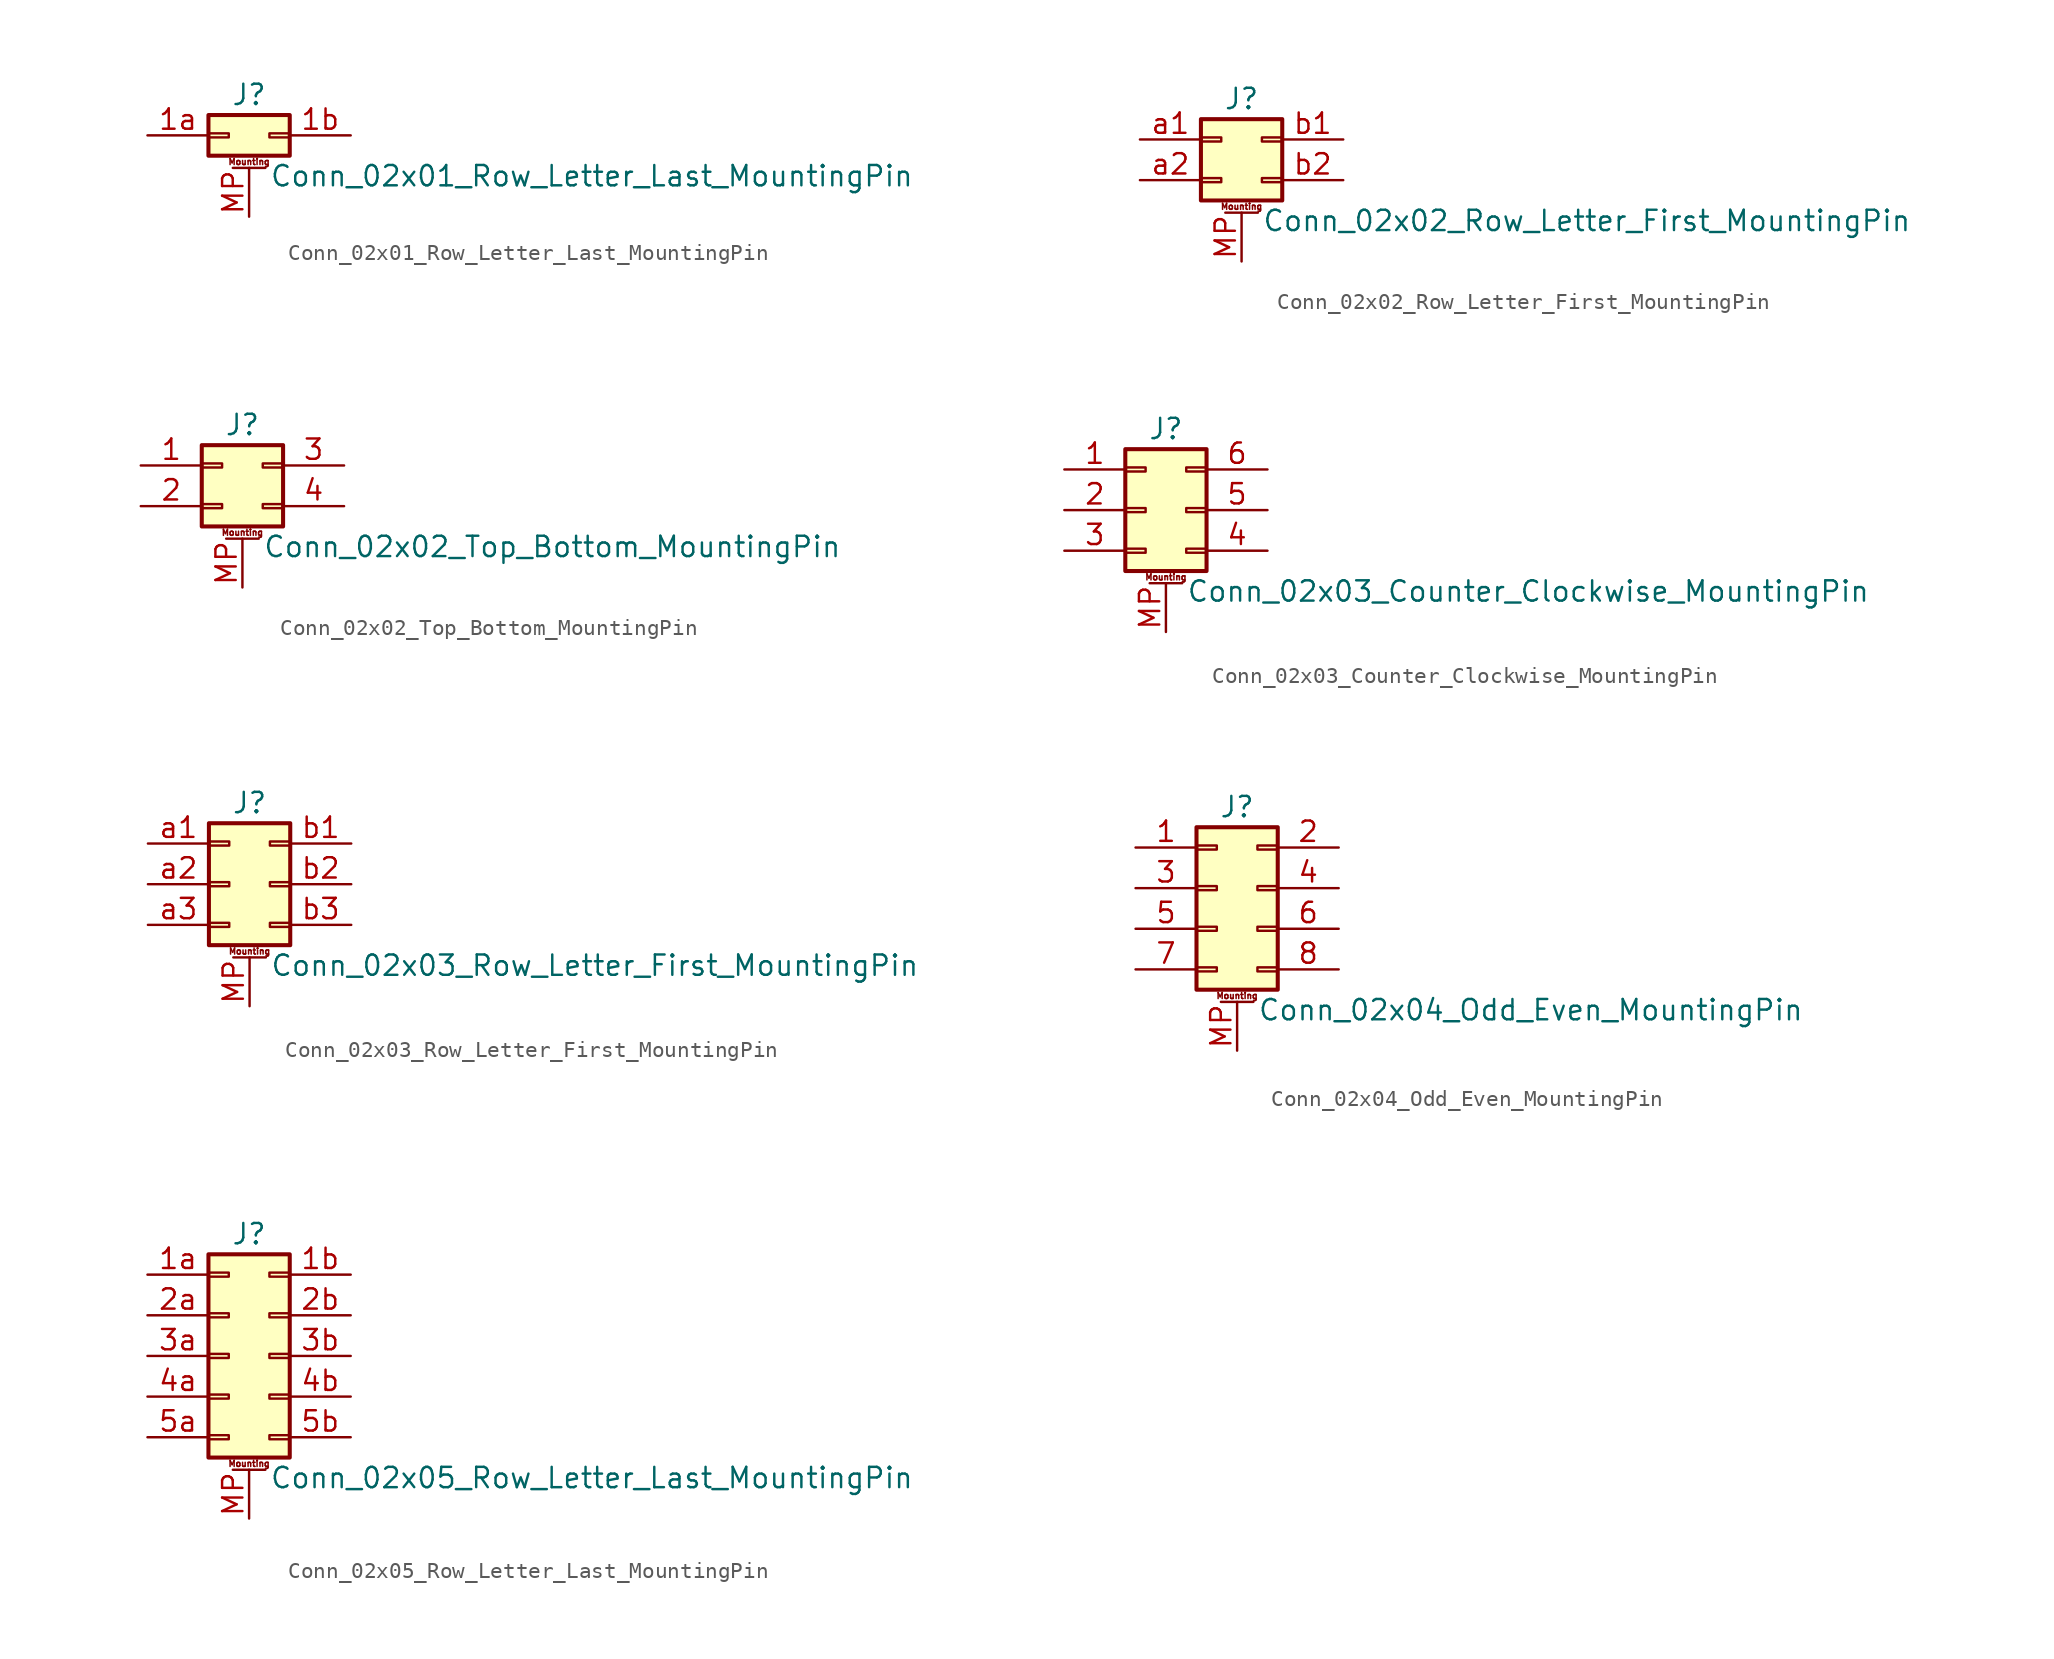
<source format=kicad_sym>
(kicad_symbol_lib
  (version 20211014)
  (generator kicad_symbol_editor)
  (symbol "Conn_02x01_Row_Letter_Last_MountingPin"
    (pin_names
      (offset 1.016) hide)
    (property "Reference" "J"
      (at 1.27 2.54 0)
      (effects (font (size 1.27 1.27))))
    (property "Value" "Conn_02x01_Row_Letter_Last_MountingPin"
      (at 2.54 -2.54 0)
      (effects (font (size 1.27 1.27)) (justify left)))
    (symbol "Conn_02x01_Row_Letter_Last_MountingPin_1_1"
      (rectangle (start -1.27 0.127) (end 0 -0.127) (stroke (width 0.152) (type default) (color 0 0 0 0)) (fill (type none)))
      (rectangle (start -1.27 1.27) (end 3.81 -1.27) (stroke (width 0.254) (type default) (color 0 0 0 0)) (fill (type background)))
      (polyline (pts (xy 0.254 -2.032) (xy 2.286 -2.032)) (stroke (width 0.152) (type default) (color 0 0 0 0)) (fill (type none)))
      (rectangle (start 3.81 0.127) (end 2.54 -0.127) (stroke (width 0.152) (type default) (color 0 0 0 0)) (fill (type none)))
      (text "Mounting" (at 1.27 -1.651 0) (effects (font (size 0.381 0.381))))
      (pin passive line (at -5.08 0 0) (length 3.81) (name "Pin_1a" (effects (font (size 1.27 1.27)))) (number "1a" (effects (font (size 1.27 1.27)))))
      (pin passive line (at 7.62 0 180) (length 3.81) (name "Pin_1b" (effects (font (size 1.27 1.27)))) (number "1b" (effects (font (size 1.27 1.27)))))
      (pin passive line (at 1.27 -5.08 90) (length 3.048) (name "MountPin" (effects (font (size 1.27 1.27)))) (number "MP" (effects (font (size 1.27 1.27)))))))
  (symbol "Conn_02x02_Row_Letter_First_MountingPin"
    (pin_names
      (offset 1.016) hide)
    (property "Reference" "J"
      (at 1.27 2.54 0)
      (effects (font (size 1.27 1.27))))
    (property "Value" "Conn_02x02_Row_Letter_First_MountingPin"
      (at 2.54 -5.08 0)
      (effects (font (size 1.27 1.27)) (justify left)))
    (symbol "Conn_02x02_Row_Letter_First_MountingPin_1_1"
      (rectangle (start -1.27 -2.413) (end 0 -2.667) (stroke (width 0.152) (type default) (color 0 0 0 0)) (fill (type none)))
      (rectangle (start -1.27 0.127) (end 0 -0.127) (stroke (width 0.152) (type default) (color 0 0 0 0)) (fill (type none)))
      (rectangle (start -1.27 1.27) (end 3.81 -3.81) (stroke (width 0.254) (type default) (color 0 0 0 0)) (fill (type background)))
      (polyline (pts (xy 0.254 -4.572) (xy 2.286 -4.572)) (stroke (width 0.152) (type default) (color 0 0 0 0)) (fill (type none)))
      (rectangle (start 3.81 -2.413) (end 2.54 -2.667) (stroke (width 0.152) (type default) (color 0 0 0 0)) (fill (type none)))
      (rectangle (start 3.81 0.127) (end 2.54 -0.127) (stroke (width 0.152) (type default) (color 0 0 0 0)) (fill (type none)))
      (text "Mounting" (at 1.27 -4.191 0) (effects (font (size 0.381 0.381))))
      (pin passive line (at 1.27 -7.62 90) (length 3.048) (name "MountPin" (effects (font (size 1.27 1.27)))) (number "MP" (effects (font (size 1.27 1.27)))))
      (pin passive line (at -5.08 0 0) (length 3.81) (name "Pin_a1" (effects (font (size 1.27 1.27)))) (number "a1" (effects (font (size 1.27 1.27)))))
      (pin passive line (at -5.08 -2.54 0) (length 3.81) (name "Pin_a2" (effects (font (size 1.27 1.27)))) (number "a2" (effects (font (size 1.27 1.27)))))
      (pin passive line (at 7.62 0 180) (length 3.81) (name "Pin_b1" (effects (font (size 1.27 1.27)))) (number "b1" (effects (font (size 1.27 1.27)))))
      (pin passive line (at 7.62 -2.54 180) (length 3.81) (name "Pin_b2" (effects (font (size 1.27 1.27)))) (number "b2" (effects (font (size 1.27 1.27)))))))
  (symbol "Conn_02x02_Top_Bottom_MountingPin"
    (pin_names
      (offset 1.016) hide)
    (property "Reference" "J"
      (at 1.27 2.54 0)
      (effects (font (size 1.27 1.27))))
    (property "Value" "Conn_02x02_Top_Bottom_MountingPin"
      (at 2.54 -5.08 0)
      (effects (font (size 1.27 1.27)) (justify left)))
    (symbol "Conn_02x02_Top_Bottom_MountingPin_1_1"
      (rectangle (start -1.27 -2.413) (end 0 -2.667) (stroke (width 0.152) (type default) (color 0 0 0 0)) (fill (type none)))
      (rectangle (start -1.27 0.127) (end 0 -0.127) (stroke (width 0.152) (type default) (color 0 0 0 0)) (fill (type none)))
      (rectangle (start -1.27 1.27) (end 3.81 -3.81) (stroke (width 0.254) (type default) (color 0 0 0 0)) (fill (type background)))
      (polyline (pts (xy 0.254 -4.572) (xy 2.286 -4.572)) (stroke (width 0.152) (type default) (color 0 0 0 0)) (fill (type none)))
      (rectangle (start 3.81 -2.413) (end 2.54 -2.667) (stroke (width 0.152) (type default) (color 0 0 0 0)) (fill (type none)))
      (rectangle (start 3.81 0.127) (end 2.54 -0.127) (stroke (width 0.152) (type default) (color 0 0 0 0)) (fill (type none)))
      (text "Mounting" (at 1.27 -4.191 0) (effects (font (size 0.381 0.381))))
      (pin passive line (at -5.08 0 0) (length 3.81) (name "Pin_1" (effects (font (size 1.27 1.27)))) (number "1" (effects (font (size 1.27 1.27)))))
      (pin passive line (at -5.08 -2.54 0) (length 3.81) (name "Pin_2" (effects (font (size 1.27 1.27)))) (number "2" (effects (font (size 1.27 1.27)))))
      (pin passive line (at 7.62 0 180) (length 3.81) (name "Pin_3" (effects (font (size 1.27 1.27)))) (number "3" (effects (font (size 1.27 1.27)))))
      (pin passive line (at 7.62 -2.54 180) (length 3.81) (name "Pin_4" (effects (font (size 1.27 1.27)))) (number "4" (effects (font (size 1.27 1.27)))))
      (pin passive line (at 1.27 -7.62 90) (length 3.048) (name "MountPin" (effects (font (size 1.27 1.27)))) (number "MP" (effects (font (size 1.27 1.27)))))))
  (symbol "Conn_02x03_Counter_Clockwise_MountingPin"
    (pin_names
      (offset 1.016) hide)
    (property "Reference" "J"
      (at 1.27 5.08 0)
      (effects (font (size 1.27 1.27))))
    (property "Value" "Conn_02x03_Counter_Clockwise_MountingPin"
      (at 2.54 -5.08 0)
      (effects (font (size 1.27 1.27)) (justify left)))
    (symbol "Conn_02x03_Counter_Clockwise_MountingPin_1_1"
      (rectangle (start -1.27 -2.413) (end 0 -2.667) (stroke (width 0.152) (type default) (color 0 0 0 0)) (fill (type none)))
      (rectangle (start -1.27 0.127) (end 0 -0.127) (stroke (width 0.152) (type default) (color 0 0 0 0)) (fill (type none)))
      (rectangle (start -1.27 2.667) (end 0 2.413) (stroke (width 0.152) (type default) (color 0 0 0 0)) (fill (type none)))
      (rectangle (start -1.27 3.81) (end 3.81 -3.81) (stroke (width 0.254) (type default) (color 0 0 0 0)) (fill (type background)))
      (polyline (pts (xy 0.254 -4.572) (xy 2.286 -4.572)) (stroke (width 0.152) (type default) (color 0 0 0 0)) (fill (type none)))
      (rectangle (start 3.81 -2.413) (end 2.54 -2.667) (stroke (width 0.152) (type default) (color 0 0 0 0)) (fill (type none)))
      (rectangle (start 3.81 0.127) (end 2.54 -0.127) (stroke (width 0.152) (type default) (color 0 0 0 0)) (fill (type none)))
      (rectangle (start 3.81 2.667) (end 2.54 2.413) (stroke (width 0.152) (type default) (color 0 0 0 0)) (fill (type none)))
      (text "Mounting" (at 1.27 -4.191 0) (effects (font (size 0.381 0.381))))
      (pin passive line (at -5.08 2.54 0) (length 3.81) (name "Pin_1" (effects (font (size 1.27 1.27)))) (number "1" (effects (font (size 1.27 1.27)))))
      (pin passive line (at -5.08 0 0) (length 3.81) (name "Pin_2" (effects (font (size 1.27 1.27)))) (number "2" (effects (font (size 1.27 1.27)))))
      (pin passive line (at -5.08 -2.54 0) (length 3.81) (name "Pin_3" (effects (font (size 1.27 1.27)))) (number "3" (effects (font (size 1.27 1.27)))))
      (pin passive line (at 7.62 -2.54 180) (length 3.81) (name "Pin_4" (effects (font (size 1.27 1.27)))) (number "4" (effects (font (size 1.27 1.27)))))
      (pin passive line (at 7.62 0 180) (length 3.81) (name "Pin_5" (effects (font (size 1.27 1.27)))) (number "5" (effects (font (size 1.27 1.27)))))
      (pin passive line (at 7.62 2.54 180) (length 3.81) (name "Pin_6" (effects (font (size 1.27 1.27)))) (number "6" (effects (font (size 1.27 1.27)))))
      (pin passive line (at 1.27 -7.62 90) (length 3.048) (name "MountPin" (effects (font (size 1.27 1.27)))) (number "MP" (effects (font (size 1.27 1.27)))))))
  (symbol "Conn_02x03_Row_Letter_First_MountingPin"
    (pin_names
      (offset 1.016) hide)
    (property "Reference" "J"
      (at 1.27 5.08 0)
      (effects (font (size 1.27 1.27))))
    (property "Value" "Conn_02x03_Row_Letter_First_MountingPin"
      (at 2.54 -5.08 0)
      (effects (font (size 1.27 1.27)) (justify left)))
    (symbol "Conn_02x03_Row_Letter_First_MountingPin_1_1"
      (rectangle (start -1.27 -2.413) (end 0 -2.667) (stroke (width 0.152) (type default) (color 0 0 0 0)) (fill (type none)))
      (rectangle (start -1.27 0.127) (end 0 -0.127) (stroke (width 0.152) (type default) (color 0 0 0 0)) (fill (type none)))
      (rectangle (start -1.27 2.667) (end 0 2.413) (stroke (width 0.152) (type default) (color 0 0 0 0)) (fill (type none)))
      (rectangle (start -1.27 3.81) (end 3.81 -3.81) (stroke (width 0.254) (type default) (color 0 0 0 0)) (fill (type background)))
      (polyline (pts (xy 0.254 -4.572) (xy 2.286 -4.572)) (stroke (width 0.152) (type default) (color 0 0 0 0)) (fill (type none)))
      (rectangle (start 3.81 -2.413) (end 2.54 -2.667) (stroke (width 0.152) (type default) (color 0 0 0 0)) (fill (type none)))
      (rectangle (start 3.81 0.127) (end 2.54 -0.127) (stroke (width 0.152) (type default) (color 0 0 0 0)) (fill (type none)))
      (rectangle (start 3.81 2.667) (end 2.54 2.413) (stroke (width 0.152) (type default) (color 0 0 0 0)) (fill (type none)))
      (text "Mounting" (at 1.27 -4.191 0) (effects (font (size 0.381 0.381))))
      (pin passive line (at 1.27 -7.62 90) (length 3.048) (name "MountPin" (effects (font (size 1.27 1.27)))) (number "MP" (effects (font (size 1.27 1.27)))))
      (pin passive line (at -5.08 2.54 0) (length 3.81) (name "Pin_a1" (effects (font (size 1.27 1.27)))) (number "a1" (effects (font (size 1.27 1.27)))))
      (pin passive line (at -5.08 0 0) (length 3.81) (name "Pin_a2" (effects (font (size 1.27 1.27)))) (number "a2" (effects (font (size 1.27 1.27)))))
      (pin passive line (at -5.08 -2.54 0) (length 3.81) (name "Pin_a3" (effects (font (size 1.27 1.27)))) (number "a3" (effects (font (size 1.27 1.27)))))
      (pin passive line (at 7.62 2.54 180) (length 3.81) (name "Pin_b1" (effects (font (size 1.27 1.27)))) (number "b1" (effects (font (size 1.27 1.27)))))
      (pin passive line (at 7.62 0 180) (length 3.81) (name "Pin_b2" (effects (font (size 1.27 1.27)))) (number "b2" (effects (font (size 1.27 1.27)))))
      (pin passive line (at 7.62 -2.54 180) (length 3.81) (name "Pin_b3" (effects (font (size 1.27 1.27)))) (number "b3" (effects (font (size 1.27 1.27)))))))
  (symbol "Conn_02x04_Odd_Even_MountingPin"
    (pin_names
      (offset 1.016) hide)
    (property "Reference" "J"
      (at 1.27 5.08 0)
      (effects (font (size 1.27 1.27))))
    (property "Value" "Conn_02x04_Odd_Even_MountingPin"
      (at 2.54 -7.62 0)
      (effects (font (size 1.27 1.27)) (justify left)))
    (symbol "Conn_02x04_Odd_Even_MountingPin_1_1"
      (rectangle (start -1.27 -4.953) (end 0 -5.207) (stroke (width 0.152) (type default) (color 0 0 0 0)) (fill (type none)))
      (rectangle (start -1.27 -2.413) (end 0 -2.667) (stroke (width 0.152) (type default) (color 0 0 0 0)) (fill (type none)))
      (rectangle (start -1.27 0.127) (end 0 -0.127) (stroke (width 0.152) (type default) (color 0 0 0 0)) (fill (type none)))
      (rectangle (start -1.27 2.667) (end 0 2.413) (stroke (width 0.152) (type default) (color 0 0 0 0)) (fill (type none)))
      (rectangle (start -1.27 3.81) (end 3.81 -6.35) (stroke (width 0.254) (type default) (color 0 0 0 0)) (fill (type background)))
      (polyline (pts (xy 0.254 -7.112) (xy 2.286 -7.112)) (stroke (width 0.152) (type default) (color 0 0 0 0)) (fill (type none)))
      (rectangle (start 3.81 -4.953) (end 2.54 -5.207) (stroke (width 0.152) (type default) (color 0 0 0 0)) (fill (type none)))
      (rectangle (start 3.81 -2.413) (end 2.54 -2.667) (stroke (width 0.152) (type default) (color 0 0 0 0)) (fill (type none)))
      (rectangle (start 3.81 0.127) (end 2.54 -0.127) (stroke (width 0.152) (type default) (color 0 0 0 0)) (fill (type none)))
      (rectangle (start 3.81 2.667) (end 2.54 2.413) (stroke (width 0.152) (type default) (color 0 0 0 0)) (fill (type none)))
      (text "Mounting" (at 1.27 -6.731 0) (effects (font (size 0.381 0.381))))
      (pin passive line (at -5.08 2.54 0) (length 3.81) (name "Pin_1" (effects (font (size 1.27 1.27)))) (number "1" (effects (font (size 1.27 1.27)))))
      (pin passive line (at 7.62 2.54 180) (length 3.81) (name "Pin_2" (effects (font (size 1.27 1.27)))) (number "2" (effects (font (size 1.27 1.27)))))
      (pin passive line (at -5.08 0 0) (length 3.81) (name "Pin_3" (effects (font (size 1.27 1.27)))) (number "3" (effects (font (size 1.27 1.27)))))
      (pin passive line (at 7.62 0 180) (length 3.81) (name "Pin_4" (effects (font (size 1.27 1.27)))) (number "4" (effects (font (size 1.27 1.27)))))
      (pin passive line (at -5.08 -2.54 0) (length 3.81) (name "Pin_5" (effects (font (size 1.27 1.27)))) (number "5" (effects (font (size 1.27 1.27)))))
      (pin passive line (at 7.62 -2.54 180) (length 3.81) (name "Pin_6" (effects (font (size 1.27 1.27)))) (number "6" (effects (font (size 1.27 1.27)))))
      (pin passive line (at -5.08 -5.08 0) (length 3.81) (name "Pin_7" (effects (font (size 1.27 1.27)))) (number "7" (effects (font (size 1.27 1.27)))))
      (pin passive line (at 7.62 -5.08 180) (length 3.81) (name "Pin_8" (effects (font (size 1.27 1.27)))) (number "8" (effects (font (size 1.27 1.27)))))
      (pin passive line (at 1.27 -10.16 90) (length 3.048) (name "MountPin" (effects (font (size 1.27 1.27)))) (number "MP" (effects (font (size 1.27 1.27)))))))
  (symbol "Conn_02x05_Row_Letter_Last_MountingPin"
    (pin_names
      (offset 1.016) hide)
    (property "Reference" "J"
      (at 1.27 7.62 0)
      (effects (font (size 1.27 1.27))))
    (property "Value" "Conn_02x05_Row_Letter_Last_MountingPin"
      (at 2.54 -7.62 0)
      (effects (font (size 1.27 1.27)) (justify left)))
    (symbol "Conn_02x05_Row_Letter_Last_MountingPin_1_1"
      (rectangle (start -1.27 -4.953) (end 0 -5.207) (stroke (width 0.152) (type default) (color 0 0 0 0)) (fill (type none)))
      (rectangle (start -1.27 -2.413) (end 0 -2.667) (stroke (width 0.152) (type default) (color 0 0 0 0)) (fill (type none)))
      (rectangle (start -1.27 0.127) (end 0 -0.127) (stroke (width 0.152) (type default) (color 0 0 0 0)) (fill (type none)))
      (rectangle (start -1.27 2.667) (end 0 2.413) (stroke (width 0.152) (type default) (color 0 0 0 0)) (fill (type none)))
      (rectangle (start -1.27 5.207) (end 0 4.953) (stroke (width 0.152) (type default) (color 0 0 0 0)) (fill (type none)))
      (rectangle (start -1.27 6.35) (end 3.81 -6.35) (stroke (width 0.254) (type default) (color 0 0 0 0)) (fill (type background)))
      (polyline (pts (xy 0.254 -7.112) (xy 2.286 -7.112)) (stroke (width 0.152) (type default) (color 0 0 0 0)) (fill (type none)))
      (rectangle (start 3.81 -4.953) (end 2.54 -5.207) (stroke (width 0.152) (type default) (color 0 0 0 0)) (fill (type none)))
      (rectangle (start 3.81 -2.413) (end 2.54 -2.667) (stroke (width 0.152) (type default) (color 0 0 0 0)) (fill (type none)))
      (rectangle (start 3.81 0.127) (end 2.54 -0.127) (stroke (width 0.152) (type default) (color 0 0 0 0)) (fill (type none)))
      (rectangle (start 3.81 2.667) (end 2.54 2.413) (stroke (width 0.152) (type default) (color 0 0 0 0)) (fill (type none)))
      (rectangle (start 3.81 5.207) (end 2.54 4.953) (stroke (width 0.152) (type default) (color 0 0 0 0)) (fill (type none)))
      (text "Mounting" (at 1.27 -6.731 0) (effects (font (size 0.381 0.381))))
      (pin passive line (at -5.08 5.08 0) (length 3.81) (name "Pin_1a" (effects (font (size 1.27 1.27)))) (number "1a" (effects (font (size 1.27 1.27)))))
      (pin passive line (at 7.62 5.08 180) (length 3.81) (name "Pin_1b" (effects (font (size 1.27 1.27)))) (number "1b" (effects (font (size 1.27 1.27)))))
      (pin passive line (at -5.08 2.54 0) (length 3.81) (name "Pin_2a" (effects (font (size 1.27 1.27)))) (number "2a" (effects (font (size 1.27 1.27)))))
      (pin passive line (at 7.62 2.54 180) (length 3.81) (name "Pin_2b" (effects (font (size 1.27 1.27)))) (number "2b" (effects (font (size 1.27 1.27)))))
      (pin passive line (at -5.08 0 0) (length 3.81) (name "Pin_3a" (effects (font (size 1.27 1.27)))) (number "3a" (effects (font (size 1.27 1.27)))))
      (pin passive line (at 7.62 0 180) (length 3.81) (name "Pin_3b" (effects (font (size 1.27 1.27)))) (number "3b" (effects (font (size 1.27 1.27)))))
      (pin passive line (at -5.08 -2.54 0) (length 3.81) (name "Pin_4a" (effects (font (size 1.27 1.27)))) (number "4a" (effects (font (size 1.27 1.27)))))
      (pin passive line (at 7.62 -2.54 180) (length 3.81) (name "Pin_4b" (effects (font (size 1.27 1.27)))) (number "4b" (effects (font (size 1.27 1.27)))))
      (pin passive line (at -5.08 -5.08 0) (length 3.81) (name "Pin_5a" (effects (font (size 1.27 1.27)))) (number "5a" (effects (font (size 1.27 1.27)))))
      (pin passive line (at 7.62 -5.08 180) (length 3.81) (name "Pin_5b" (effects (font (size 1.27 1.27)))) (number "5b" (effects (font (size 1.27 1.27)))))
      (pin passive line (at 1.27 -10.16 90) (length 3.048) (name "MountPin" (effects (font (size 1.27 1.27)))) (number "MP" (effects (font (size 1.27 1.27))))))))
</source>
